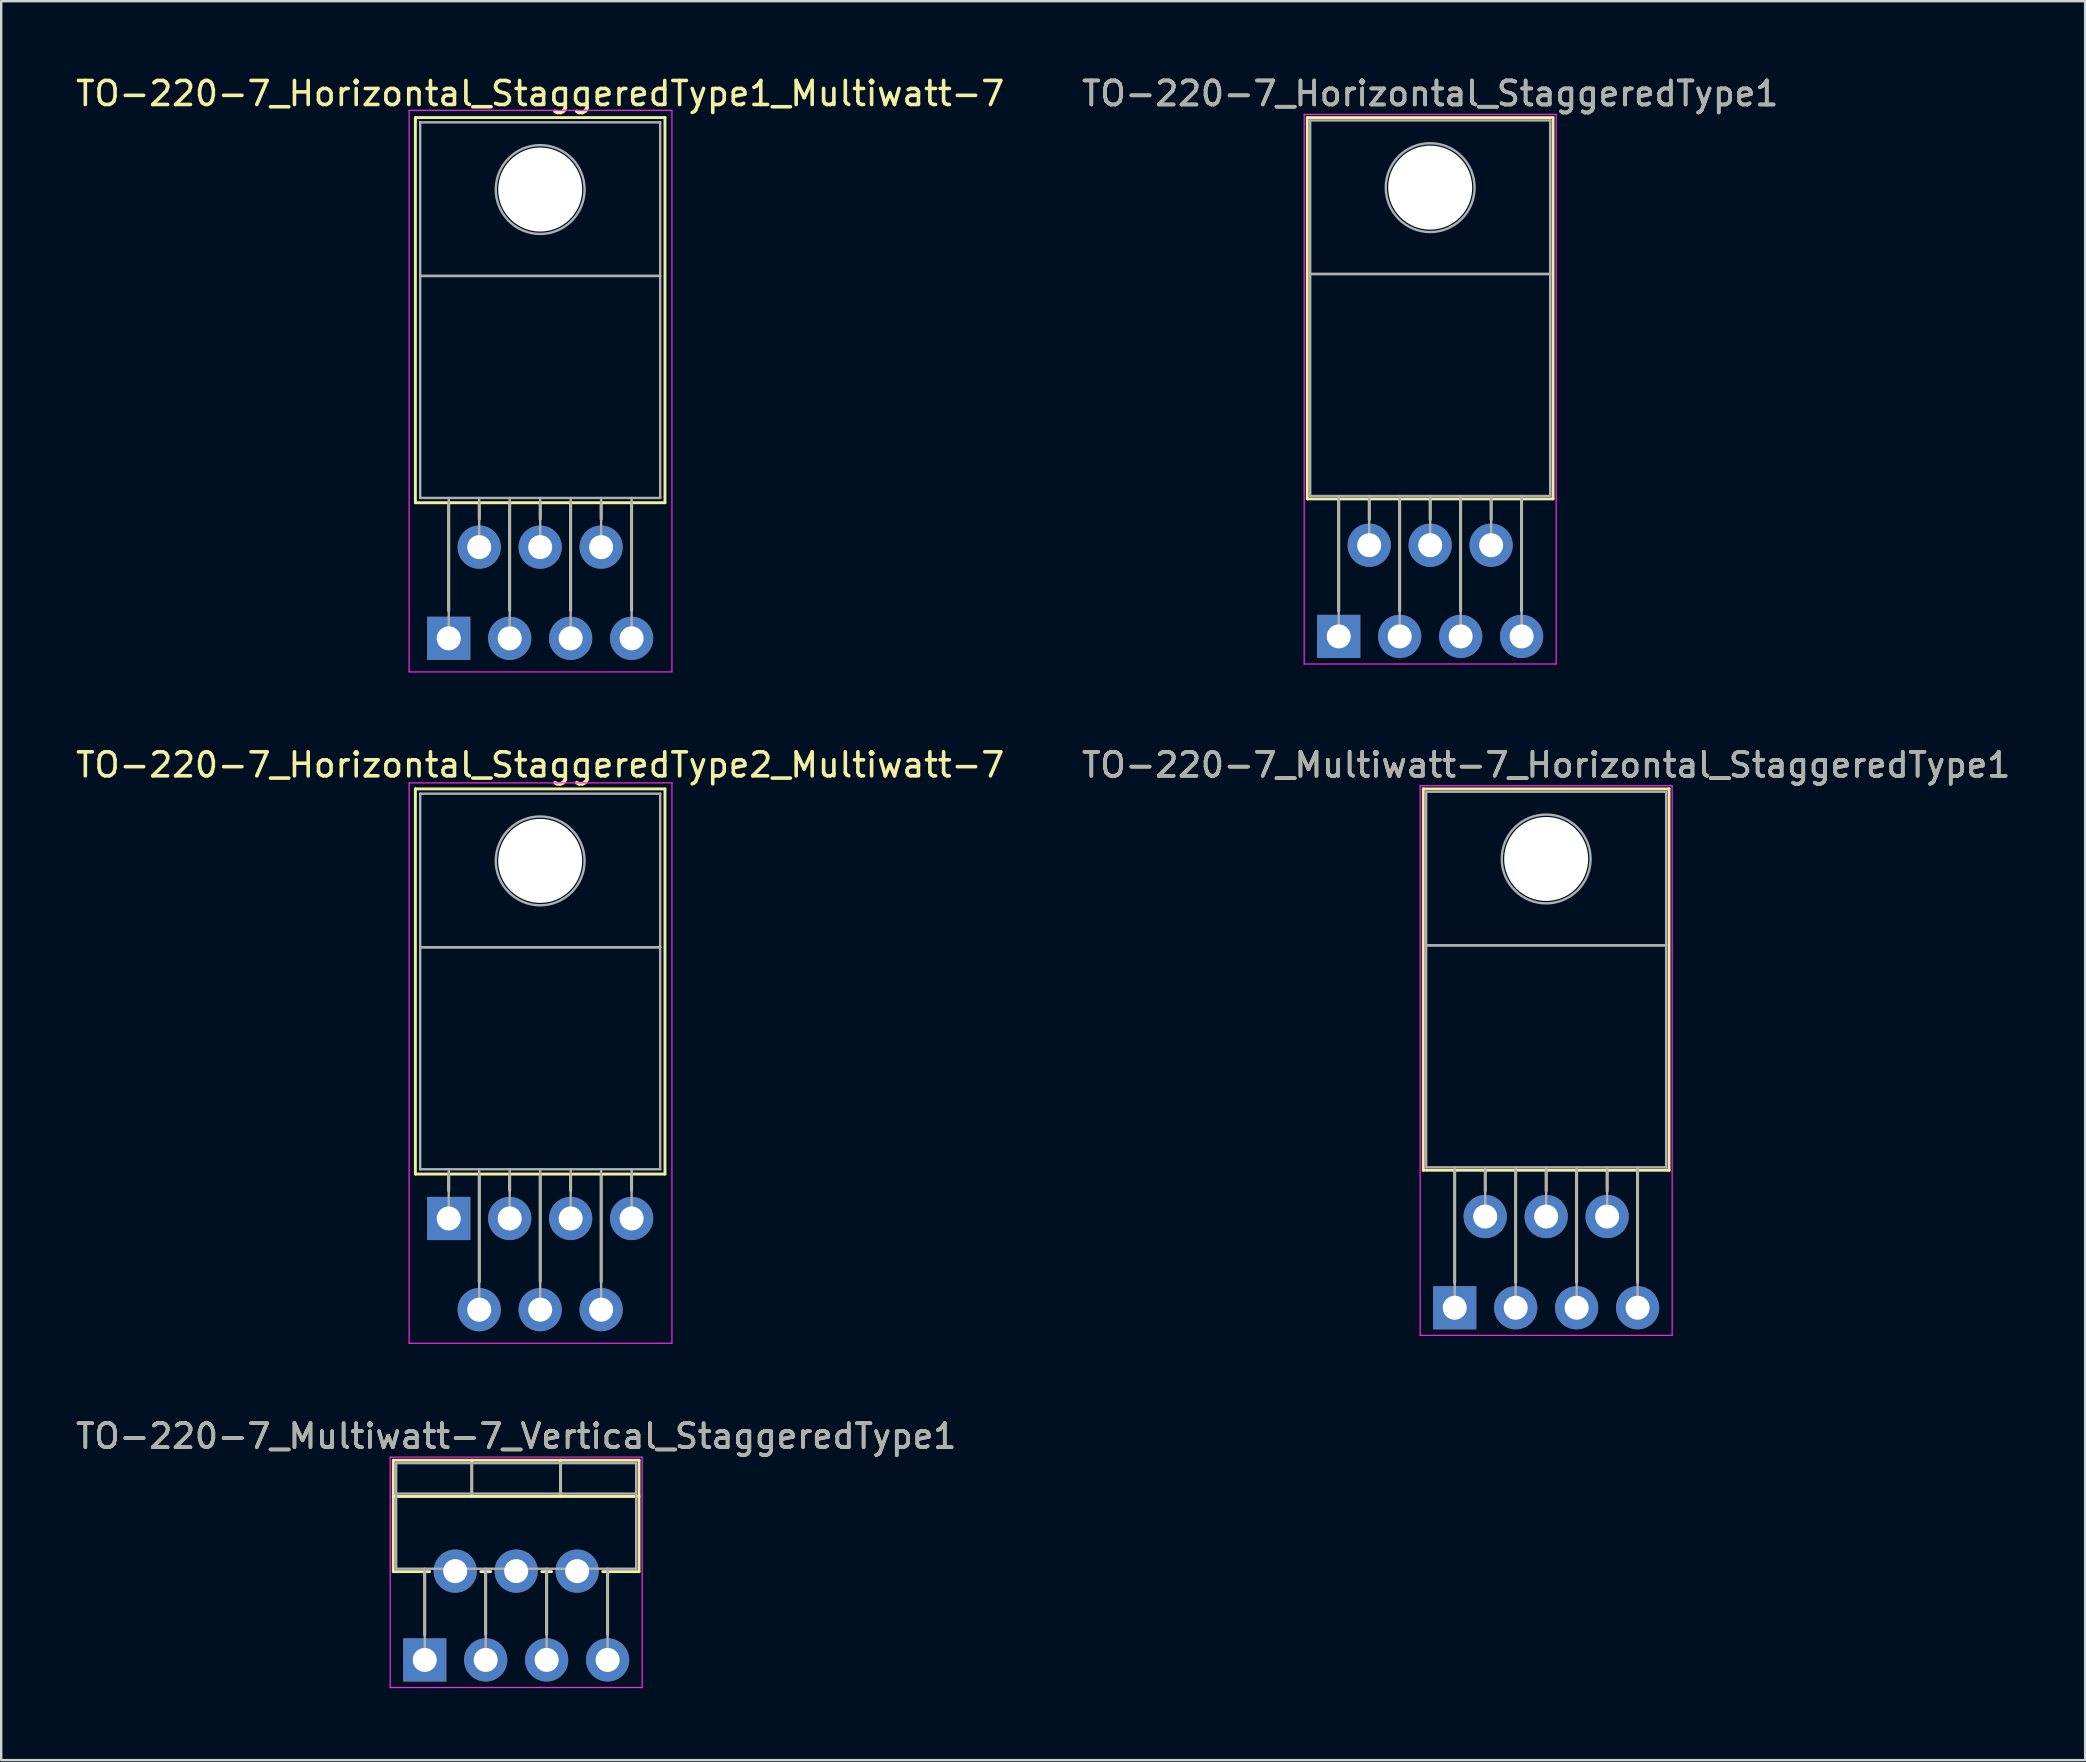
<source format=kicad_pcb>
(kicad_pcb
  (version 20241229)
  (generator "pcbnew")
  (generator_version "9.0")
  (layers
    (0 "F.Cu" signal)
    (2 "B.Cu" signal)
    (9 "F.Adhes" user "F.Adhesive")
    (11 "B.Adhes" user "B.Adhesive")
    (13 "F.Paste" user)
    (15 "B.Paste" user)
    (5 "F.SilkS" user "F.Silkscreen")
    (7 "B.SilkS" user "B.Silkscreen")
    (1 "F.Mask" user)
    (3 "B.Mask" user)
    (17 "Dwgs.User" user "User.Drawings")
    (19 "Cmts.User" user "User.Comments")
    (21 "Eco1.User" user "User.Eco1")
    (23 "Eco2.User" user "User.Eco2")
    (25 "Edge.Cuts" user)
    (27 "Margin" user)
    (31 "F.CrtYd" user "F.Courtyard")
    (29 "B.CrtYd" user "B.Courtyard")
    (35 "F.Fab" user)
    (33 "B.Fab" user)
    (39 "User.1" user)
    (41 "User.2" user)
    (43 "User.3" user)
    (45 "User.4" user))
  (footprint "TO-220-7_Multiwatt-7_Vertical_StaggeredType1"
    (layer "F.Cu")
    (at 14.648 66.115)
    (property "Reference" "TO-220-7_Multiwatt-7_Vertical_StaggeredType1" (at 3.81 -9.32 0) (layer "F.SilkS") (effects (font (size 1 1) (thickness 0.15))))
    (attr through_hole)
    (fp_line (start -1.31 -8.32) (end -1.31 -3.679) (stroke (width 0.12) (type solid)) (layer "F.SilkS"))
    (fp_line (start -1.31 -8.32) (end 8.93 -8.32) (stroke (width 0.12) (type solid)) (layer "F.SilkS"))
    (fp_line (start -1.31 -6.811) (end 8.93 -6.811) (stroke (width 0.12) (type solid)) (layer "F.SilkS"))
    (fp_line (start -1.31 -3.679) (end 0.205 -3.679) (stroke (width 0.12) (type solid)) (layer "F.SilkS"))
    (fp_line (start 0 -3.679) (end 0 -1.049) (stroke (width 0.12) (type solid)) (layer "F.SilkS"))
    (fp_line (start 1.96 -8.32) (end 1.96 -6.811) (stroke (width 0.12) (type solid)) (layer "F.SilkS"))
    (fp_line (start 2.336 -3.679) (end 2.745 -3.679) (stroke (width 0.12) (type solid)) (layer "F.SilkS"))
    (fp_line (start 2.54 -3.679) (end 2.54 -1.065) (stroke (width 0.12) (type solid)) (layer "F.SilkS"))
    (fp_line (start 4.875 -3.679) (end 5.285 -3.679) (stroke (width 0.12) (type solid)) (layer "F.SilkS"))
    (fp_line (start 5.08 -3.679) (end 5.08 -1.065) (stroke (width 0.12) (type solid)) (layer "F.SilkS"))
    (fp_line (start 5.66 -8.32) (end 5.66 -6.811) (stroke (width 0.12) (type solid)) (layer "F.SilkS"))
    (fp_line (start 7.415 -3.679) (end 8.93 -3.679) (stroke (width 0.12) (type solid)) (layer "F.SilkS"))
    (fp_line (start 7.62 -3.679) (end 7.62 -1.065) (stroke (width 0.12) (type solid)) (layer "F.SilkS"))
    (fp_line (start 8.93 -8.32) (end 8.93 -3.679) (stroke (width 0.12) (type solid)) (layer "F.SilkS"))
    (fp_line (start -1.44 -8.45) (end -1.44 1.15) (stroke (width 0.05) (type solid)) (layer "F.CrtYd"))
    (fp_line (start -1.44 1.15) (end 9.06 1.15) (stroke (width 0.05) (type solid)) (layer "F.CrtYd"))
    (fp_line (start 9.06 -8.45) (end -1.44 -8.45) (stroke (width 0.05) (type solid)) (layer "F.CrtYd"))
    (fp_line (start 9.06 1.15) (end 9.06 -8.45) (stroke (width 0.05) (type solid)) (layer "F.CrtYd"))
    (fp_line (start -1.19 -8.2) (end -1.19 -3.8) (stroke (width 0.1) (type solid)) (layer "F.Fab"))
    (fp_line (start -1.19 -6.93) (end 8.81 -6.93) (stroke (width 0.1) (type solid)) (layer "F.Fab"))
    (fp_line (start -1.19 -3.8) (end 8.81 -3.8) (stroke (width 0.1) (type solid)) (layer "F.Fab"))
    (fp_line (start 0 -3.8) (end 0 0) (stroke (width 0.1) (type solid)) (layer "F.Fab"))
    (fp_line (start 1.27 -3.8) (end 1.27 -3.7) (stroke (width 0.1) (type solid)) (layer "F.Fab"))
    (fp_line (start 1.96 -8.2) (end 1.96 -6.93) (stroke (width 0.1) (type solid)) (layer "F.Fab"))
    (fp_line (start 2.54 -3.8) (end 2.54 0) (stroke (width 0.1) (type solid)) (layer "F.Fab"))
    (fp_line (start 3.81 -3.8) (end 3.81 -3.7) (stroke (width 0.1) (type solid)) (layer "F.Fab"))
    (fp_line (start 5.08 -3.8) (end 5.08 0) (stroke (width 0.1) (type solid)) (layer "F.Fab"))
    (fp_line (start 5.66 -8.2) (end 5.66 -6.93) (stroke (width 0.1) (type solid)) (layer "F.Fab"))
    (fp_line (start 6.35 -3.8) (end 6.35 -3.7) (stroke (width 0.1) (type solid)) (layer "F.Fab"))
    (fp_line (start 7.62 -3.8) (end 7.62 0) (stroke (width 0.1) (type solid)) (layer "F.Fab"))
    (fp_line (start 8.81 -8.2) (end -1.19 -8.2) (stroke (width 0.1) (type solid)) (layer "F.Fab"))
    (fp_line (start 8.81 -3.8) (end 8.81 -8.2) (stroke (width 0.1) (type solid)) (layer "F.Fab"))
    (fp_text user "${REFERENCE}" (at 3.81 -9.32 0) (layer "F.Fab") (effects (font (size 1 1) (thickness 0.15))))
    (pad "1" thru_hole rect (at 0 0) (size 1.8 1.8) (drill 1) (layers "*.Cu" "*.Mask"))
    (pad "2" thru_hole oval (at 1.27 -3.7) (size 1.8 1.8) (drill 1) (layers "*.Cu" "*.Mask"))
    (pad "3" thru_hole oval (at 2.54 0) (size 1.8 1.8) (drill 1) (layers "*.Cu" "*.Mask"))
    (pad "4" thru_hole oval (at 3.81 -3.7) (size 1.8 1.8) (drill 1) (layers "*.Cu" "*.Mask"))
    (pad "5" thru_hole oval (at 5.08 0) (size 1.8 1.8) (drill 1) (layers "*.Cu" "*.Mask"))
    (pad "6" thru_hole oval (at 6.35 -3.7) (size 1.8 1.8) (drill 1) (layers "*.Cu" "*.Mask"))
    (pad "7" thru_hole oval (at 7.62 0) (size 1.8 1.8) (drill 1) (layers "*.Cu" "*.Mask")))
  (footprint "TO-220-7_Horizontal_StaggeredType1_Multiwatt-7"
    (layer "F.Cu")
    (at 15.648 23.548)
    (property "Reference" "TO-220-7_Horizontal_StaggeredType1_Multiwatt-7" (at 3.81 -22.7 0) (layer "F.SilkS") (effects (font (size 1 1) (thickness 0.15))))
    (attr through_hole)
    (fp_line (start -1.39 -21.7) (end -1.39 -5.65) (stroke (width 0.12) (type solid)) (layer "F.SilkS"))
    (fp_line (start -1.39 -21.7) (end 9.01 -21.7) (stroke (width 0.12) (type solid)) (layer "F.SilkS"))
    (fp_line (start -1.39 -5.65) (end 9.01 -5.65) (stroke (width 0.12) (type solid)) (layer "F.SilkS"))
    (fp_line (start 0 -5.65) (end 0 -1.15) (stroke (width 0.12) (type solid)) (layer "F.SilkS"))
    (fp_line (start 1.27 -5.65) (end 1.27 -4.965) (stroke (width 0.12) (type solid)) (layer "F.SilkS"))
    (fp_line (start 2.54 -5.65) (end 2.54 -1.165) (stroke (width 0.12) (type solid)) (layer "F.SilkS"))
    (fp_line (start 3.81 -5.65) (end 3.81 -4.965) (stroke (width 0.12) (type solid)) (layer "F.SilkS"))
    (fp_line (start 5.08 -5.65) (end 5.08 -1.165) (stroke (width 0.12) (type solid)) (layer "F.SilkS"))
    (fp_line (start 6.35 -5.65) (end 6.35 -4.965) (stroke (width 0.12) (type solid)) (layer "F.SilkS"))
    (fp_line (start 7.62 -5.65) (end 7.62 -1.165) (stroke (width 0.12) (type solid)) (layer "F.SilkS"))
    (fp_line (start 9.01 -21.7) (end 9.01 -5.65) (stroke (width 0.12) (type solid)) (layer "F.SilkS"))
    (fp_line (start -1.65 -22) (end -1.65 1.4) (stroke (width 0.05) (type solid)) (layer "F.CrtYd"))
    (fp_line (start -1.65 1.4) (end 9.3 1.4) (stroke (width 0.05) (type solid)) (layer "F.CrtYd"))
    (fp_line (start 9.3 -22) (end -1.65 -22) (stroke (width 0.05) (type solid)) (layer "F.CrtYd"))
    (fp_line (start 9.3 1.4) (end 9.3 -22) (stroke (width 0.05) (type solid)) (layer "F.CrtYd"))
    (fp_line (start -1.19 -21.5) (end 8.81 -21.5) (stroke (width 0.1) (type solid)) (layer "F.Fab"))
    (fp_line (start -1.19 -15.1) (end -1.19 -21.5) (stroke (width 0.1) (type solid)) (layer "F.Fab"))
    (fp_line (start -1.19 -15.1) (end 8.81 -15.1) (stroke (width 0.1) (type solid)) (layer "F.Fab"))
    (fp_line (start -1.19 -5.85) (end -1.19 -15.1) (stroke (width 0.1) (type solid)) (layer "F.Fab"))
    (fp_line (start 0 -5.85) (end 0 0) (stroke (width 0.1) (type solid)) (layer "F.Fab"))
    (fp_line (start 1.27 -5.85) (end 1.27 -3.8) (stroke (width 0.1) (type solid)) (layer "F.Fab"))
    (fp_line (start 2.54 -5.85) (end 2.54 0) (stroke (width 0.1) (type solid)) (layer "F.Fab"))
    (fp_line (start 3.81 -5.85) (end 3.81 -3.8) (stroke (width 0.1) (type solid)) (layer "F.Fab"))
    (fp_line (start 5.08 -5.85) (end 5.08 0) (stroke (width 0.1) (type solid)) (layer "F.Fab"))
    (fp_line (start 6.35 -5.85) (end 6.35 -3.8) (stroke (width 0.1) (type solid)) (layer "F.Fab"))
    (fp_line (start 7.62 -5.85) (end 7.62 0) (stroke (width 0.1) (type solid)) (layer "F.Fab"))
    (fp_line (start 8.81 -21.5) (end 8.81 -15.1) (stroke (width 0.1) (type solid)) (layer "F.Fab"))
    (fp_line (start 8.81 -15.1) (end -1.19 -15.1) (stroke (width 0.1) (type solid)) (layer "F.Fab"))
    (fp_line (start 8.81 -15.1) (end 8.81 -5.85) (stroke (width 0.1) (type solid)) (layer "F.Fab"))
    (fp_line (start 8.81 -5.85) (end -1.19 -5.85) (stroke (width 0.1) (type solid)) (layer "F.Fab"))
    (fp_circle (center 3.81 -18.7) (end 5.66 -18.7) (stroke (width 0.1) (type solid)) (fill no) (layer "F.Fab"))
    (pad "" np_thru_hole oval (at 3.81 -18.7) (size 3.5 3.5) (drill 3.5) (layers "*.Cu" "*.Mask"))
    (pad "1" thru_hole rect (at 0 0) (size 1.8 1.8) (drill 1) (layers "*.Cu" "*.Mask"))
    (pad "2" thru_hole oval (at 1.27 -3.8) (size 1.8 1.8) (drill 1) (layers "*.Cu" "*.Mask"))
    (pad "3" thru_hole oval (at 2.54 0) (size 1.8 1.8) (drill 1) (layers "*.Cu" "*.Mask"))
    (pad "4" thru_hole oval (at 3.81 -3.8) (size 1.8 1.8) (drill 1) (layers "*.Cu" "*.Mask"))
    (pad "5" thru_hole oval (at 5.08 0) (size 1.8 1.8) (drill 1) (layers "*.Cu" "*.Mask"))
    (pad "6" thru_hole oval (at 6.35 -3.8) (size 1.8 1.8) (drill 1) (layers "*.Cu" "*.Mask"))
    (pad "7" thru_hole oval (at 7.62 0) (size 1.8 1.8) (drill 1) (layers "*.Cu" "*.Mask")))
  (footprint "TO-220-7_Horizontal_StaggeredType1"
    (layer "F.Cu")
    (at 52.732 23.468)
    (property "Reference" "TO-220-7_Horizontal_StaggeredType1" (at 3.81 -22.62 0) (layer "F.SilkS") (effects (font (size 1 1) (thickness 0.15))))
    (attr through_hole)
    (fp_line (start -1.31 -21.62) (end -1.31 -5.73) (stroke (width 0.12) (type solid)) (layer "F.SilkS"))
    (fp_line (start -1.31 -21.62) (end 8.93 -21.62) (stroke (width 0.12) (type solid)) (layer "F.SilkS"))
    (fp_line (start -1.31 -5.73) (end 8.93 -5.73) (stroke (width 0.12) (type solid)) (layer "F.SilkS"))
    (fp_line (start 0 -5.73) (end 0 -1.05) (stroke (width 0.12) (type solid)) (layer "F.SilkS"))
    (fp_line (start 1.27 -5.73) (end 1.27 -4.866) (stroke (width 0.12) (type solid)) (layer "F.SilkS"))
    (fp_line (start 2.54 -5.73) (end 2.54 -1.065) (stroke (width 0.12) (type solid)) (layer "F.SilkS"))
    (fp_line (start 3.81 -5.73) (end 3.81 -4.866) (stroke (width 0.12) (type solid)) (layer "F.SilkS"))
    (fp_line (start 5.08 -5.73) (end 5.08 -1.065) (stroke (width 0.12) (type solid)) (layer "F.SilkS"))
    (fp_line (start 6.35 -5.73) (end 6.35 -4.866) (stroke (width 0.12) (type solid)) (layer "F.SilkS"))
    (fp_line (start 7.62 -5.73) (end 7.62 -1.065) (stroke (width 0.12) (type solid)) (layer "F.SilkS"))
    (fp_line (start 8.93 -21.62) (end 8.93 -5.73) (stroke (width 0.12) (type solid)) (layer "F.SilkS"))
    (fp_line (start -1.44 -21.75) (end -1.44 1.15) (stroke (width 0.05) (type solid)) (layer "F.CrtYd"))
    (fp_line (start -1.44 1.15) (end 9.06 1.15) (stroke (width 0.05) (type solid)) (layer "F.CrtYd"))
    (fp_line (start 9.06 -21.75) (end -1.44 -21.75) (stroke (width 0.05) (type solid)) (layer "F.CrtYd"))
    (fp_line (start 9.06 1.15) (end 9.06 -21.75) (stroke (width 0.05) (type solid)) (layer "F.CrtYd"))
    (fp_line (start -1.19 -21.5) (end 8.81 -21.5) (stroke (width 0.1) (type solid)) (layer "F.Fab"))
    (fp_line (start -1.19 -15.1) (end -1.19 -21.5) (stroke (width 0.1) (type solid)) (layer "F.Fab"))
    (fp_line (start -1.19 -15.1) (end 8.81 -15.1) (stroke (width 0.1) (type solid)) (layer "F.Fab"))
    (fp_line (start -1.19 -5.85) (end -1.19 -15.1) (stroke (width 0.1) (type solid)) (layer "F.Fab"))
    (fp_line (start 0 -5.85) (end 0 0) (stroke (width 0.1) (type solid)) (layer "F.Fab"))
    (fp_line (start 1.27 -5.85) (end 1.27 -3.8) (stroke (width 0.1) (type solid)) (layer "F.Fab"))
    (fp_line (start 2.54 -5.85) (end 2.54 0) (stroke (width 0.1) (type solid)) (layer "F.Fab"))
    (fp_line (start 3.81 -5.85) (end 3.81 -3.8) (stroke (width 0.1) (type solid)) (layer "F.Fab"))
    (fp_line (start 5.08 -5.85) (end 5.08 0) (stroke (width 0.1) (type solid)) (layer "F.Fab"))
    (fp_line (start 6.35 -5.85) (end 6.35 -3.8) (stroke (width 0.1) (type solid)) (layer "F.Fab"))
    (fp_line (start 7.62 -5.85) (end 7.62 0) (stroke (width 0.1) (type solid)) (layer "F.Fab"))
    (fp_line (start 8.81 -21.5) (end 8.81 -15.1) (stroke (width 0.1) (type solid)) (layer "F.Fab"))
    (fp_line (start 8.81 -15.1) (end -1.19 -15.1) (stroke (width 0.1) (type solid)) (layer "F.Fab"))
    (fp_line (start 8.81 -15.1) (end 8.81 -5.85) (stroke (width 0.1) (type solid)) (layer "F.Fab"))
    (fp_line (start 8.81 -5.85) (end -1.19 -5.85) (stroke (width 0.1) (type solid)) (layer "F.Fab"))
    (fp_circle (center 3.81 -18.7) (end 5.66 -18.7) (stroke (width 0.1) (type solid)) (fill no) (layer "F.Fab"))
    (fp_text user "${REFERENCE}" (at 3.81 -22.62 0) (layer "F.Fab") (effects (font (size 1 1) (thickness 0.15))))
    (pad "" np_thru_hole oval (at 3.81 -18.7) (size 3.5 3.5) (drill 3.5) (layers "*.Cu" "*.Mask"))
    (pad "1" thru_hole rect (at 0 0) (size 1.8 1.8) (drill 1) (layers "*.Cu" "*.Mask"))
    (pad "2" thru_hole oval (at 1.27 -3.8) (size 1.8 1.8) (drill 1) (layers "*.Cu" "*.Mask"))
    (pad "3" thru_hole oval (at 2.54 0) (size 1.8 1.8) (drill 1) (layers "*.Cu" "*.Mask"))
    (pad "4" thru_hole oval (at 3.81 -3.8) (size 1.8 1.8) (drill 1) (layers "*.Cu" "*.Mask"))
    (pad "5" thru_hole oval (at 5.08 0) (size 1.8 1.8) (drill 1) (layers "*.Cu" "*.Mask"))
    (pad "6" thru_hole oval (at 6.35 -3.8) (size 1.8 1.8) (drill 1) (layers "*.Cu" "*.Mask"))
    (pad "7" thru_hole oval (at 7.62 0) (size 1.8 1.8) (drill 1) (layers "*.Cu" "*.Mask")))
  (footprint "TO-220-7_Horizontal_StaggeredType2_Multiwatt-7"
    (layer "F.Cu")
    (at 15.648 47.721)
    (property "Reference" "TO-220-7_Horizontal_StaggeredType2_Multiwatt-7" (at 3.81 -18.9 0) (layer "F.SilkS") (effects (font (size 1 1) (thickness 0.15))))
    (attr through_hole)
    (fp_line (start -1.39 -17.9) (end -1.39 -1.85) (stroke (width 0.12) (type solid)) (layer "F.SilkS"))
    (fp_line (start -1.39 -17.9) (end 9.01 -17.9) (stroke (width 0.12) (type solid)) (layer "F.SilkS"))
    (fp_line (start -1.39 -1.85) (end 9.01 -1.85) (stroke (width 0.12) (type solid)) (layer "F.SilkS"))
    (fp_line (start 0 -1.85) (end 0 -1.15) (stroke (width 0.12) (type solid)) (layer "F.SilkS"))
    (fp_line (start 1.27 -1.85) (end 1.27 2.635) (stroke (width 0.12) (type solid)) (layer "F.SilkS"))
    (fp_line (start 2.54 -1.85) (end 2.54 -1.165) (stroke (width 0.12) (type solid)) (layer "F.SilkS"))
    (fp_line (start 3.81 -1.85) (end 3.81 2.635) (stroke (width 0.12) (type solid)) (layer "F.SilkS"))
    (fp_line (start 5.08 -1.85) (end 5.08 -1.165) (stroke (width 0.12) (type solid)) (layer "F.SilkS"))
    (fp_line (start 6.35 -1.85) (end 6.35 2.635) (stroke (width 0.12) (type solid)) (layer "F.SilkS"))
    (fp_line (start 7.62 -1.85) (end 7.62 -1.165) (stroke (width 0.12) (type solid)) (layer "F.SilkS"))
    (fp_line (start 9.01 -17.9) (end 9.01 -1.85) (stroke (width 0.12) (type solid)) (layer "F.SilkS"))
    (fp_line (start -1.65 -18.15) (end -1.65 5.2) (stroke (width 0.05) (type solid)) (layer "F.CrtYd"))
    (fp_line (start -1.65 5.2) (end 9.3 5.2) (stroke (width 0.05) (type solid)) (layer "F.CrtYd"))
    (fp_line (start 9.3 -18.15) (end -1.65 -18.15) (stroke (width 0.05) (type solid)) (layer "F.CrtYd"))
    (fp_line (start 9.3 5.2) (end 9.3 -18.15) (stroke (width 0.05) (type solid)) (layer "F.CrtYd"))
    (fp_line (start -1.19 -17.7) (end 8.81 -17.7) (stroke (width 0.1) (type solid)) (layer "F.Fab"))
    (fp_line (start -1.19 -11.3) (end -1.19 -17.7) (stroke (width 0.1) (type solid)) (layer "F.Fab"))
    (fp_line (start -1.19 -11.3) (end 8.81 -11.3) (stroke (width 0.1) (type solid)) (layer "F.Fab"))
    (fp_line (start -1.19 -2.05) (end -1.19 -11.3) (stroke (width 0.1) (type solid)) (layer "F.Fab"))
    (fp_line (start 0 -2.05) (end 0 0) (stroke (width 0.1) (type solid)) (layer "F.Fab"))
    (fp_line (start 1.27 -2.05) (end 1.27 3.8) (stroke (width 0.1) (type solid)) (layer "F.Fab"))
    (fp_line (start 2.54 -2.05) (end 2.54 0) (stroke (width 0.1) (type solid)) (layer "F.Fab"))
    (fp_line (start 3.81 -2.05) (end 3.81 3.8) (stroke (width 0.1) (type solid)) (layer "F.Fab"))
    (fp_line (start 5.08 -2.05) (end 5.08 0) (stroke (width 0.1) (type solid)) (layer "F.Fab"))
    (fp_line (start 6.35 -2.05) (end 6.35 3.8) (stroke (width 0.1) (type solid)) (layer "F.Fab"))
    (fp_line (start 7.62 -2.05) (end 7.62 0) (stroke (width 0.1) (type solid)) (layer "F.Fab"))
    (fp_line (start 8.81 -17.7) (end 8.81 -11.3) (stroke (width 0.1) (type solid)) (layer "F.Fab"))
    (fp_line (start 8.81 -11.3) (end -1.19 -11.3) (stroke (width 0.1) (type solid)) (layer "F.Fab"))
    (fp_line (start 8.81 -11.3) (end 8.81 -2.05) (stroke (width 0.1) (type solid)) (layer "F.Fab"))
    (fp_line (start 8.81 -2.05) (end -1.19 -2.05) (stroke (width 0.1) (type solid)) (layer "F.Fab"))
    (fp_circle (center 3.81 -14.9) (end 5.66 -14.9) (stroke (width 0.1) (type solid)) (fill no) (layer "F.Fab"))
    (pad "" np_thru_hole oval (at 3.81 -14.9) (size 3.5 3.5) (drill 3.5) (layers "*.Cu" "*.Mask"))
    (pad "1" thru_hole rect (at 0 0) (size 1.8 1.8) (drill 1) (layers "*.Cu" "*.Mask"))
    (pad "2" thru_hole oval (at 1.27 3.8) (size 1.8 1.8) (drill 1) (layers "*.Cu" "*.Mask"))
    (pad "3" thru_hole oval (at 2.54 0) (size 1.8 1.8) (drill 1) (layers "*.Cu" "*.Mask"))
    (pad "4" thru_hole oval (at 3.81 3.8) (size 1.8 1.8) (drill 1) (layers "*.Cu" "*.Mask"))
    (pad "5" thru_hole oval (at 5.08 0) (size 1.8 1.8) (drill 1) (layers "*.Cu" "*.Mask"))
    (pad "6" thru_hole oval (at 6.35 3.8) (size 1.8 1.8) (drill 1) (layers "*.Cu" "*.Mask"))
    (pad "7" thru_hole oval (at 7.62 0) (size 1.8 1.8) (drill 1) (layers "*.Cu" "*.Mask")))
  (footprint "TO-220-7_Multiwatt-7_Horizontal_StaggeredType1"
    (layer "F.Cu")
    (at 57.565 51.441)
    (property "Reference" "TO-220-7_Multiwatt-7_Horizontal_StaggeredType1" (at 3.81 -22.62 0) (layer "F.SilkS") (effects (font (size 1 1) (thickness 0.15))))
    (attr through_hole)
    (fp_line (start -1.31 -21.62) (end -1.31 -5.73) (stroke (width 0.12) (type solid)) (layer "F.SilkS"))
    (fp_line (start -1.31 -21.62) (end 8.93 -21.62) (stroke (width 0.12) (type solid)) (layer "F.SilkS"))
    (fp_line (start -1.31 -5.73) (end 8.93 -5.73) (stroke (width 0.12) (type solid)) (layer "F.SilkS"))
    (fp_line (start 0 -5.73) (end 0 -1.05) (stroke (width 0.12) (type solid)) (layer "F.SilkS"))
    (fp_line (start 1.27 -5.73) (end 1.27 -4.866) (stroke (width 0.12) (type solid)) (layer "F.SilkS"))
    (fp_line (start 2.54 -5.73) (end 2.54 -1.065) (stroke (width 0.12) (type solid)) (layer "F.SilkS"))
    (fp_line (start 3.81 -5.73) (end 3.81 -4.866) (stroke (width 0.12) (type solid)) (layer "F.SilkS"))
    (fp_line (start 5.08 -5.73) (end 5.08 -1.065) (stroke (width 0.12) (type solid)) (layer "F.SilkS"))
    (fp_line (start 6.35 -5.73) (end 6.35 -4.866) (stroke (width 0.12) (type solid)) (layer "F.SilkS"))
    (fp_line (start 7.62 -5.73) (end 7.62 -1.065) (stroke (width 0.12) (type solid)) (layer "F.SilkS"))
    (fp_line (start 8.93 -21.62) (end 8.93 -5.73) (stroke (width 0.12) (type solid)) (layer "F.SilkS"))
    (fp_line (start -1.44 -21.75) (end -1.44 1.15) (stroke (width 0.05) (type solid)) (layer "F.CrtYd"))
    (fp_line (start -1.44 1.15) (end 9.06 1.15) (stroke (width 0.05) (type solid)) (layer "F.CrtYd"))
    (fp_line (start 9.06 -21.75) (end -1.44 -21.75) (stroke (width 0.05) (type solid)) (layer "F.CrtYd"))
    (fp_line (start 9.06 1.15) (end 9.06 -21.75) (stroke (width 0.05) (type solid)) (layer "F.CrtYd"))
    (fp_line (start -1.19 -21.5) (end 8.81 -21.5) (stroke (width 0.1) (type solid)) (layer "F.Fab"))
    (fp_line (start -1.19 -15.1) (end -1.19 -21.5) (stroke (width 0.1) (type solid)) (layer "F.Fab"))
    (fp_line (start -1.19 -15.1) (end 8.81 -15.1) (stroke (width 0.1) (type solid)) (layer "F.Fab"))
    (fp_line (start -1.19 -5.85) (end -1.19 -15.1) (stroke (width 0.1) (type solid)) (layer "F.Fab"))
    (fp_line (start 0 -5.85) (end 0 0) (stroke (width 0.1) (type solid)) (layer "F.Fab"))
    (fp_line (start 1.27 -5.85) (end 1.27 -3.8) (stroke (width 0.1) (type solid)) (layer "F.Fab"))
    (fp_line (start 2.54 -5.85) (end 2.54 0) (stroke (width 0.1) (type solid)) (layer "F.Fab"))
    (fp_line (start 3.81 -5.85) (end 3.81 -3.8) (stroke (width 0.1) (type solid)) (layer "F.Fab"))
    (fp_line (start 5.08 -5.85) (end 5.08 0) (stroke (width 0.1) (type solid)) (layer "F.Fab"))
    (fp_line (start 6.35 -5.85) (end 6.35 -3.8) (stroke (width 0.1) (type solid)) (layer "F.Fab"))
    (fp_line (start 7.62 -5.85) (end 7.62 0) (stroke (width 0.1) (type solid)) (layer "F.Fab"))
    (fp_line (start 8.81 -21.5) (end 8.81 -15.1) (stroke (width 0.1) (type solid)) (layer "F.Fab"))
    (fp_line (start 8.81 -15.1) (end -1.19 -15.1) (stroke (width 0.1) (type solid)) (layer "F.Fab"))
    (fp_line (start 8.81 -15.1) (end 8.81 -5.85) (stroke (width 0.1) (type solid)) (layer "F.Fab"))
    (fp_line (start 8.81 -5.85) (end -1.19 -5.85) (stroke (width 0.1) (type solid)) (layer "F.Fab"))
    (fp_circle (center 3.81 -18.7) (end 5.66 -18.7) (stroke (width 0.1) (type solid)) (fill no) (layer "F.Fab"))
    (fp_text user "${REFERENCE}" (at 3.81 -22.62 0) (layer "F.Fab") (effects (font (size 1 1) (thickness 0.15))))
    (pad "" np_thru_hole oval (at 3.81 -18.7) (size 3.5 3.5) (drill 3.5) (layers "*.Cu" "*.Mask"))
    (pad "1" thru_hole rect (at 0 0) (size 1.8 1.8) (drill 1) (layers "*.Cu" "*.Mask"))
    (pad "2" thru_hole oval (at 1.27 -3.8) (size 1.8 1.8) (drill 1) (layers "*.Cu" "*.Mask"))
    (pad "3" thru_hole oval (at 2.54 0) (size 1.8 1.8) (drill 1) (layers "*.Cu" "*.Mask"))
    (pad "4" thru_hole oval (at 3.81 -3.8) (size 1.8 1.8) (drill 1) (layers "*.Cu" "*.Mask"))
    (pad "5" thru_hole oval (at 5.08 0) (size 1.8 1.8) (drill 1) (layers "*.Cu" "*.Mask"))
    (pad "6" thru_hole oval (at 6.35 -3.8) (size 1.8 1.8) (drill 1) (layers "*.Cu" "*.Mask"))
    (pad "7" thru_hole oval (at 7.62 0) (size 1.8 1.8) (drill 1) (layers "*.Cu" "*.Mask")))
  (gr_rect
    (start -3 -3)
    (end 83.833 70.29)
    (stroke (width 0.1) (type default))
    (fill no)
    (layer "Edge.Cuts")))
</source>
